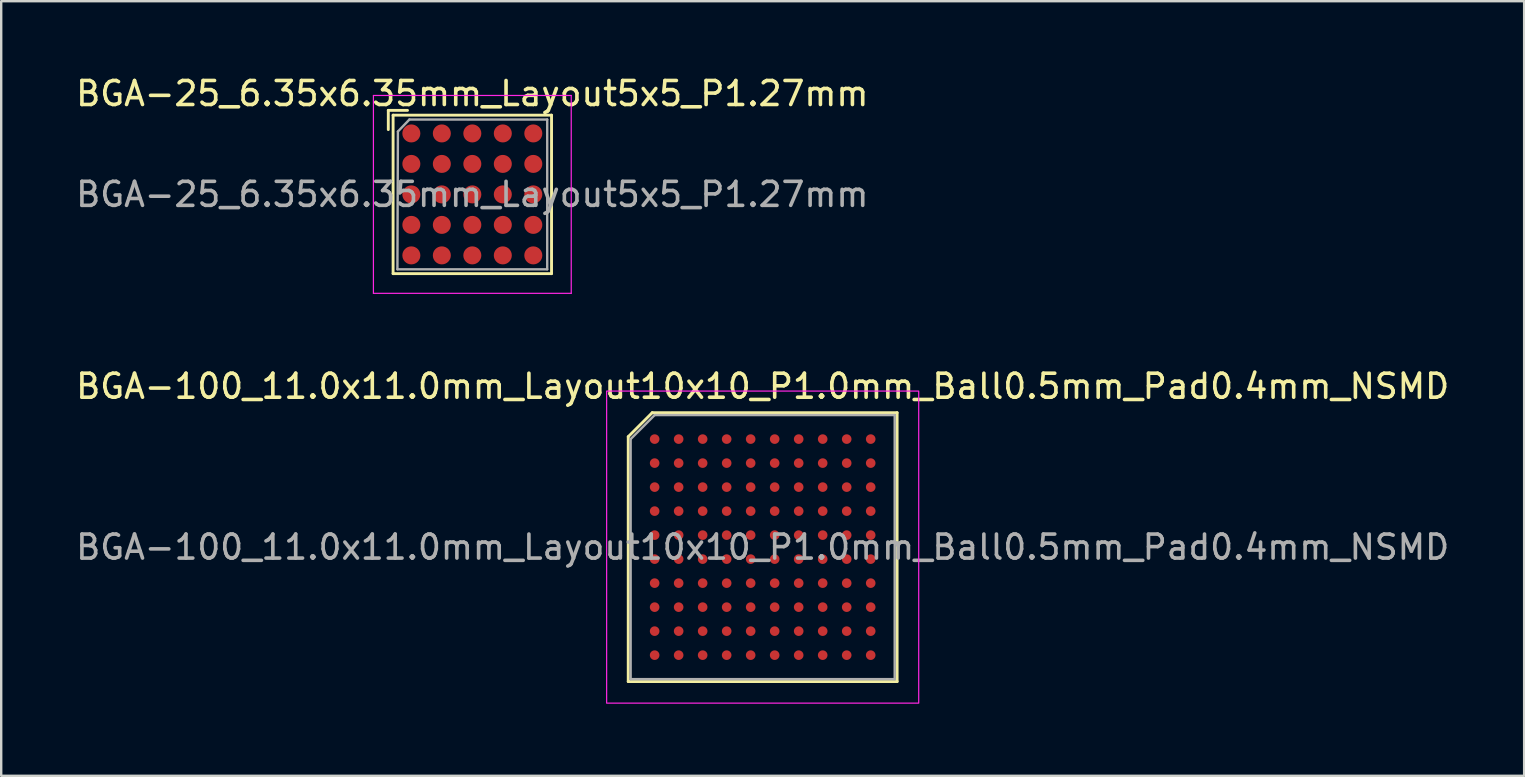
<source format=kicad_pcb>
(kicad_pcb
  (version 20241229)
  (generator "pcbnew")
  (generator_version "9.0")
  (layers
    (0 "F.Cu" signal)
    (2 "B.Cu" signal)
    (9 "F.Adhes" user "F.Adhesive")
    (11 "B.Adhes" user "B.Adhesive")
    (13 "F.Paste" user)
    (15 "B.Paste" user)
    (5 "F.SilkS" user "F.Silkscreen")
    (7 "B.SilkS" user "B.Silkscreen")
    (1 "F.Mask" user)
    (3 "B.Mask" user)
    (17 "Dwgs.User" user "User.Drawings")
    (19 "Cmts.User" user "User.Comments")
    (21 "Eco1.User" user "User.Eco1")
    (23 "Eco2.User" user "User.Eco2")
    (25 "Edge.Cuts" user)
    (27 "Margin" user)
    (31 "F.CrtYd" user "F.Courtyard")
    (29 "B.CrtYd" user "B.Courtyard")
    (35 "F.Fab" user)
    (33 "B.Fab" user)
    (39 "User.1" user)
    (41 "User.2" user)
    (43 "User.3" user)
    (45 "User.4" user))
  (footprint "BGA-25_6.35x6.35mm_Layout5x5_P1.27mm"
    (layer "F.Cu")
    (at 16.625 5.048)
    (property "Reference" "BGA-25_6.35x6.35mm_Layout5x5_P1.27mm" (at 0 -4.2 0) (layer "F.SilkS") (effects (font (size 1 1) (thickness 0.15))))
    (attr smd)
    (fp_line (start -3.5 -3.5) (end -3.5 -2.7) (stroke (width 0.12) (type solid)) (layer "F.SilkS"))
    (fp_line (start -3.3 -3.3) (end 3.3 -3.3) (stroke (width 0.12) (type solid)) (layer "F.SilkS"))
    (fp_line (start -3.3 3.3) (end -3.3 -3.3) (stroke (width 0.12) (type solid)) (layer "F.SilkS"))
    (fp_line (start -2.7 -3.5) (end -3.5 -3.5) (stroke (width 0.12) (type solid)) (layer "F.SilkS"))
    (fp_line (start 3.3 -3.3) (end 3.3 3.3) (stroke (width 0.12) (type solid)) (layer "F.SilkS"))
    (fp_line (start 3.3 3.3) (end -3.3 3.3) (stroke (width 0.12) (type solid)) (layer "F.SilkS"))
    (fp_line (start -4.12 -4.12) (end -4.12 4.12) (stroke (width 0.05) (type solid)) (layer "F.CrtYd"))
    (fp_line (start -4.12 -4.12) (end 4.12 -4.12) (stroke (width 0.05) (type solid)) (layer "F.CrtYd"))
    (fp_line (start 4.12 4.12) (end -4.12 4.12) (stroke (width 0.05) (type solid)) (layer "F.CrtYd"))
    (fp_line (start 4.12 4.12) (end 4.12 -4.12) (stroke (width 0.05) (type solid)) (layer "F.CrtYd"))
    (fp_line (start -3.12 3.12) (end -3.1 -2.62) (stroke (width 0.1) (type solid)) (layer "F.Fab"))
    (fp_line (start -3.1 -2.62) (end -2.62 -3.12) (stroke (width 0.1) (type solid)) (layer "F.Fab"))
    (fp_line (start -2.62 -3.12) (end 3.12 -3.12) (stroke (width 0.1) (type solid)) (layer "F.Fab"))
    (fp_line (start 3.12 -3.12) (end 3.12 3.12) (stroke (width 0.1) (type solid)) (layer "F.Fab"))
    (fp_line (start 3.12 3.12) (end -3.12 3.12) (stroke (width 0.1) (type solid)) (layer "F.Fab"))
    (fp_text user "${REFERENCE}" (at 0 0 0) (layer "F.Fab") (effects (font (size 1 1) (thickness 0.15))))
    (pad "A1" smd circle (at -2.54 -2.54) (size 0.75 0.75) (layers "F.Cu" "F.Mask" "F.Paste"))
    (pad "A2" smd circle (at -1.27 -2.54) (size 0.75 0.75) (layers "F.Cu" "F.Mask" "F.Paste"))
    (pad "A3" smd circle (at 0 -2.54) (size 0.75 0.75) (layers "F.Cu" "F.Mask" "F.Paste"))
    (pad "A4" smd circle (at 1.27 -2.54) (size 0.75 0.75) (layers "F.Cu" "F.Mask" "F.Paste"))
    (pad "A5" smd circle (at 2.54 -2.54) (size 0.75 0.75) (layers "F.Cu" "F.Mask" "F.Paste"))
    (pad "B1" smd circle (at -2.54 -1.27) (size 0.75 0.75) (layers "F.Cu" "F.Mask" "F.Paste"))
    (pad "B2" smd circle (at -1.27 -1.27) (size 0.75 0.75) (layers "F.Cu" "F.Mask" "F.Paste"))
    (pad "B3" smd circle (at 0 -1.27) (size 0.75 0.75) (layers "F.Cu" "F.Mask" "F.Paste"))
    (pad "B4" smd circle (at 1.27 -1.27) (size 0.75 0.75) (layers "F.Cu" "F.Mask" "F.Paste"))
    (pad "B5" smd circle (at 2.54 -1.27) (size 0.75 0.75) (layers "F.Cu" "F.Mask" "F.Paste"))
    (pad "C1" smd circle (at -2.54 0) (size 0.75 0.75) (layers "F.Cu" "F.Mask" "F.Paste"))
    (pad "C2" smd circle (at -1.27 0) (size 0.75 0.75) (layers "F.Cu" "F.Mask" "F.Paste"))
    (pad "C3" smd circle (at 0 0) (size 0.75 0.75) (layers "F.Cu" "F.Mask" "F.Paste"))
    (pad "C4" smd circle (at 1.27 0) (size 0.75 0.75) (layers "F.Cu" "F.Mask" "F.Paste"))
    (pad "C5" smd circle (at 2.54 0) (size 0.75 0.75) (layers "F.Cu" "F.Mask" "F.Paste"))
    (pad "D1" smd circle (at -2.54 1.27) (size 0.75 0.75) (layers "F.Cu" "F.Mask" "F.Paste"))
    (pad "D2" smd circle (at -1.27 1.27) (size 0.75 0.75) (layers "F.Cu" "F.Mask" "F.Paste"))
    (pad "D3" smd circle (at 0 1.27) (size 0.75 0.75) (layers "F.Cu" "F.Mask" "F.Paste"))
    (pad "D4" smd circle (at 1.27 1.27) (size 0.75 0.75) (layers "F.Cu" "F.Mask" "F.Paste"))
    (pad "D5" smd circle (at 2.54 1.27) (size 0.75 0.75) (layers "F.Cu" "F.Mask" "F.Paste"))
    (pad "E1" smd circle (at -2.54 2.54) (size 0.75 0.75) (layers "F.Cu" "F.Mask" "F.Paste"))
    (pad "E2" smd circle (at -1.27 2.54) (size 0.75 0.75) (layers "F.Cu" "F.Mask" "F.Paste"))
    (pad "E3" smd circle (at 0 2.54) (size 0.75 0.75) (layers "F.Cu" "F.Mask" "F.Paste"))
    (pad "E4" smd circle (at 1.27 2.54) (size 0.75 0.75) (layers "F.Cu" "F.Mask" "F.Paste"))
    (pad "E5" smd circle (at 2.54 2.54) (size 0.75 0.75) (layers "F.Cu" "F.Mask" "F.Paste")))
  (footprint "BGA-100_11.0x11.0mm_Layout10x10_P1.0mm_Ball0.5mm_Pad0.4mm_NSMD"
    (layer "F.Cu")
    (at 28.72 19.741)
    (property "Reference" "BGA-100_11.0x11.0mm_Layout10x10_P1.0mm_Ball0.5mm_Pad0.4mm_NSMD" (at 0 -6.7 0) (layer "F.SilkS") (effects (font (size 1 1) (thickness 0.15))))
    (attr smd)
    (fp_line (start -5.6 -4.6) (end -5.6 5.6) (stroke (width 0.12) (type solid)) (layer "F.SilkS"))
    (fp_line (start -5.6 5.6) (end 5.6 5.6) (stroke (width 0.12) (type solid)) (layer "F.SilkS"))
    (fp_line (start -4.6 -5.6) (end -5.6 -4.6) (stroke (width 0.12) (type solid)) (layer "F.SilkS"))
    (fp_line (start 5.6 -5.6) (end -4.6 -5.6) (stroke (width 0.12) (type solid)) (layer "F.SilkS"))
    (fp_line (start 5.6 5.6) (end 5.6 -5.6) (stroke (width 0.12) (type solid)) (layer "F.SilkS"))
    (fp_rect (start 6.5 6.5) (end -6.5 -6.5) (stroke (width 0.05) (type solid)) (fill no) (layer "F.CrtYd"))
    (fp_line (start -5.5 -4.5) (end -5.5 5.5) (stroke (width 0.1) (type solid)) (layer "F.Fab"))
    (fp_line (start -5.5 5.5) (end 5.5 5.5) (stroke (width 0.1) (type solid)) (layer "F.Fab"))
    (fp_line (start -4.5 -5.5) (end -5.5 -4.5) (stroke (width 0.1) (type solid)) (layer "F.Fab"))
    (fp_line (start 5.5 -5.5) (end -4.5 -5.5) (stroke (width 0.1) (type solid)) (layer "F.Fab"))
    (fp_line (start 5.5 5.5) (end 5.5 -5.5) (stroke (width 0.1) (type solid)) (layer "F.Fab"))
    (fp_text user "${REFERENCE}" (at 0 0 0) (layer "F.Fab") (effects (font (size 1 1) (thickness 0.15))))
    (pad "A1" smd circle (at -4.5 -4.5) (size 0.4 0.4) (layers "F.Cu" "F.Mask" "F.Paste"))
    (pad "A2" smd circle (at -3.5 -4.5) (size 0.4 0.4) (layers "F.Cu" "F.Mask" "F.Paste"))
    (pad "A3" smd circle (at -2.5 -4.5) (size 0.4 0.4) (layers "F.Cu" "F.Mask" "F.Paste"))
    (pad "A4" smd circle (at -1.5 -4.5) (size 0.4 0.4) (layers "F.Cu" "F.Mask" "F.Paste"))
    (pad "A5" smd circle (at -0.5 -4.5) (size 0.4 0.4) (layers "F.Cu" "F.Mask" "F.Paste"))
    (pad "A6" smd circle (at 0.5 -4.5) (size 0.4 0.4) (layers "F.Cu" "F.Mask" "F.Paste"))
    (pad "A7" smd circle (at 1.5 -4.5) (size 0.4 0.4) (layers "F.Cu" "F.Mask" "F.Paste"))
    (pad "A8" smd circle (at 2.5 -4.5) (size 0.4 0.4) (layers "F.Cu" "F.Mask" "F.Paste"))
    (pad "A9" smd circle (at 3.5 -4.5) (size 0.4 0.4) (layers "F.Cu" "F.Mask" "F.Paste"))
    (pad "A10" smd circle (at 4.5 -4.5) (size 0.4 0.4) (layers "F.Cu" "F.Mask" "F.Paste"))
    (pad "B1" smd circle (at -4.5 -3.5) (size 0.4 0.4) (layers "F.Cu" "F.Mask" "F.Paste"))
    (pad "B2" smd circle (at -3.5 -3.5) (size 0.4 0.4) (layers "F.Cu" "F.Mask" "F.Paste"))
    (pad "B3" smd circle (at -2.5 -3.5) (size 0.4 0.4) (layers "F.Cu" "F.Mask" "F.Paste"))
    (pad "B4" smd circle (at -1.5 -3.5) (size 0.4 0.4) (layers "F.Cu" "F.Mask" "F.Paste"))
    (pad "B5" smd circle (at -0.5 -3.5) (size 0.4 0.4) (layers "F.Cu" "F.Mask" "F.Paste"))
    (pad "B6" smd circle (at 0.5 -3.5) (size 0.4 0.4) (layers "F.Cu" "F.Mask" "F.Paste"))
    (pad "B7" smd circle (at 1.5 -3.5) (size 0.4 0.4) (layers "F.Cu" "F.Mask" "F.Paste"))
    (pad "B8" smd circle (at 2.5 -3.5) (size 0.4 0.4) (layers "F.Cu" "F.Mask" "F.Paste"))
    (pad "B9" smd circle (at 3.5 -3.5) (size 0.4 0.4) (layers "F.Cu" "F.Mask" "F.Paste"))
    (pad "B10" smd circle (at 4.5 -3.5) (size 0.4 0.4) (layers "F.Cu" "F.Mask" "F.Paste"))
    (pad "C1" smd circle (at -4.5 -2.5) (size 0.4 0.4) (layers "F.Cu" "F.Mask" "F.Paste"))
    (pad "C2" smd circle (at -3.5 -2.5) (size 0.4 0.4) (layers "F.Cu" "F.Mask" "F.Paste"))
    (pad "C3" smd circle (at -2.5 -2.5) (size 0.4 0.4) (layers "F.Cu" "F.Mask" "F.Paste"))
    (pad "C4" smd circle (at -1.5 -2.5) (size 0.4 0.4) (layers "F.Cu" "F.Mask" "F.Paste"))
    (pad "C5" smd circle (at -0.5 -2.5) (size 0.4 0.4) (layers "F.Cu" "F.Mask" "F.Paste"))
    (pad "C6" smd circle (at 0.5 -2.5) (size 0.4 0.4) (layers "F.Cu" "F.Mask" "F.Paste"))
    (pad "C7" smd circle (at 1.5 -2.5) (size 0.4 0.4) (layers "F.Cu" "F.Mask" "F.Paste"))
    (pad "C8" smd circle (at 2.5 -2.5) (size 0.4 0.4) (layers "F.Cu" "F.Mask" "F.Paste"))
    (pad "C9" smd circle (at 3.5 -2.5) (size 0.4 0.4) (layers "F.Cu" "F.Mask" "F.Paste"))
    (pad "C10" smd circle (at 4.5 -2.5) (size 0.4 0.4) (layers "F.Cu" "F.Mask" "F.Paste"))
    (pad "D1" smd circle (at -4.5 -1.5) (size 0.4 0.4) (layers "F.Cu" "F.Mask" "F.Paste"))
    (pad "D2" smd circle (at -3.5 -1.5) (size 0.4 0.4) (layers "F.Cu" "F.Mask" "F.Paste"))
    (pad "D3" smd circle (at -2.5 -1.5) (size 0.4 0.4) (layers "F.Cu" "F.Mask" "F.Paste"))
    (pad "D4" smd circle (at -1.5 -1.5) (size 0.4 0.4) (layers "F.Cu" "F.Mask" "F.Paste"))
    (pad "D5" smd circle (at -0.5 -1.5) (size 0.4 0.4) (layers "F.Cu" "F.Mask" "F.Paste"))
    (pad "D6" smd circle (at 0.5 -1.5) (size 0.4 0.4) (layers "F.Cu" "F.Mask" "F.Paste"))
    (pad "D7" smd circle (at 1.5 -1.5) (size 0.4 0.4) (layers "F.Cu" "F.Mask" "F.Paste"))
    (pad "D8" smd circle (at 2.5 -1.5) (size 0.4 0.4) (layers "F.Cu" "F.Mask" "F.Paste"))
    (pad "D9" smd circle (at 3.5 -1.5) (size 0.4 0.4) (layers "F.Cu" "F.Mask" "F.Paste"))
    (pad "D10" smd circle (at 4.5 -1.5) (size 0.4 0.4) (layers "F.Cu" "F.Mask" "F.Paste"))
    (pad "E1" smd circle (at -4.5 -0.5) (size 0.4 0.4) (layers "F.Cu" "F.Mask" "F.Paste"))
    (pad "E2" smd circle (at -3.5 -0.5) (size 0.4 0.4) (layers "F.Cu" "F.Mask" "F.Paste"))
    (pad "E3" smd circle (at -2.5 -0.5) (size 0.4 0.4) (layers "F.Cu" "F.Mask" "F.Paste"))
    (pad "E4" smd circle (at -1.5 -0.5) (size 0.4 0.4) (layers "F.Cu" "F.Mask" "F.Paste"))
    (pad "E5" smd circle (at -0.5 -0.5) (size 0.4 0.4) (layers "F.Cu" "F.Mask" "F.Paste"))
    (pad "E6" smd circle (at 0.5 -0.5) (size 0.4 0.4) (layers "F.Cu" "F.Mask" "F.Paste"))
    (pad "E7" smd circle (at 1.5 -0.5) (size 0.4 0.4) (layers "F.Cu" "F.Mask" "F.Paste"))
    (pad "E8" smd circle (at 2.5 -0.5) (size 0.4 0.4) (layers "F.Cu" "F.Mask" "F.Paste"))
    (pad "E9" smd circle (at 3.5 -0.5) (size 0.4 0.4) (layers "F.Cu" "F.Mask" "F.Paste"))
    (pad "E10" smd circle (at 4.5 -0.5) (size 0.4 0.4) (layers "F.Cu" "F.Mask" "F.Paste"))
    (pad "F1" smd circle (at -4.5 0.5) (size 0.4 0.4) (layers "F.Cu" "F.Mask" "F.Paste"))
    (pad "F2" smd circle (at -3.5 0.5) (size 0.4 0.4) (layers "F.Cu" "F.Mask" "F.Paste"))
    (pad "F3" smd circle (at -2.5 0.5) (size 0.4 0.4) (layers "F.Cu" "F.Mask" "F.Paste"))
    (pad "F4" smd circle (at -1.5 0.5) (size 0.4 0.4) (layers "F.Cu" "F.Mask" "F.Paste"))
    (pad "F5" smd circle (at -0.5 0.5) (size 0.4 0.4) (layers "F.Cu" "F.Mask" "F.Paste"))
    (pad "F6" smd circle (at 0.5 0.5) (size 0.4 0.4) (layers "F.Cu" "F.Mask" "F.Paste"))
    (pad "F7" smd circle (at 1.5 0.5) (size 0.4 0.4) (layers "F.Cu" "F.Mask" "F.Paste"))
    (pad "F8" smd circle (at 2.5 0.5) (size 0.4 0.4) (layers "F.Cu" "F.Mask" "F.Paste"))
    (pad "F9" smd circle (at 3.5 0.5) (size 0.4 0.4) (layers "F.Cu" "F.Mask" "F.Paste"))
    (pad "F10" smd circle (at 4.5 0.5) (size 0.4 0.4) (layers "F.Cu" "F.Mask" "F.Paste"))
    (pad "G1" smd circle (at -4.5 1.5) (size 0.4 0.4) (layers "F.Cu" "F.Mask" "F.Paste"))
    (pad "G2" smd circle (at -3.5 1.5) (size 0.4 0.4) (layers "F.Cu" "F.Mask" "F.Paste"))
    (pad "G3" smd circle (at -2.5 1.5) (size 0.4 0.4) (layers "F.Cu" "F.Mask" "F.Paste"))
    (pad "G4" smd circle (at -1.5 1.5) (size 0.4 0.4) (layers "F.Cu" "F.Mask" "F.Paste"))
    (pad "G5" smd circle (at -0.5 1.5) (size 0.4 0.4) (layers "F.Cu" "F.Mask" "F.Paste"))
    (pad "G6" smd circle (at 0.5 1.5) (size 0.4 0.4) (layers "F.Cu" "F.Mask" "F.Paste"))
    (pad "G7" smd circle (at 1.5 1.5) (size 0.4 0.4) (layers "F.Cu" "F.Mask" "F.Paste"))
    (pad "G8" smd circle (at 2.5 1.5) (size 0.4 0.4) (layers "F.Cu" "F.Mask" "F.Paste"))
    (pad "G9" smd circle (at 3.5 1.5) (size 0.4 0.4) (layers "F.Cu" "F.Mask" "F.Paste"))
    (pad "G10" smd circle (at 4.5 1.5) (size 0.4 0.4) (layers "F.Cu" "F.Mask" "F.Paste"))
    (pad "H1" smd circle (at -4.5 2.5) (size 0.4 0.4) (layers "F.Cu" "F.Mask" "F.Paste"))
    (pad "H2" smd circle (at -3.5 2.5) (size 0.4 0.4) (layers "F.Cu" "F.Mask" "F.Paste"))
    (pad "H3" smd circle (at -2.5 2.5) (size 0.4 0.4) (layers "F.Cu" "F.Mask" "F.Paste"))
    (pad "H4" smd circle (at -1.5 2.5) (size 0.4 0.4) (layers "F.Cu" "F.Mask" "F.Paste"))
    (pad "H5" smd circle (at -0.5 2.5) (size 0.4 0.4) (layers "F.Cu" "F.Mask" "F.Paste"))
    (pad "H6" smd circle (at 0.5 2.5) (size 0.4 0.4) (layers "F.Cu" "F.Mask" "F.Paste"))
    (pad "H7" smd circle (at 1.5 2.5) (size 0.4 0.4) (layers "F.Cu" "F.Mask" "F.Paste"))
    (pad "H8" smd circle (at 2.5 2.5) (size 0.4 0.4) (layers "F.Cu" "F.Mask" "F.Paste"))
    (pad "H9" smd circle (at 3.5 2.5) (size 0.4 0.4) (layers "F.Cu" "F.Mask" "F.Paste"))
    (pad "H10" smd circle (at 4.5 2.5) (size 0.4 0.4) (layers "F.Cu" "F.Mask" "F.Paste"))
    (pad "J1" smd circle (at -4.5 3.5) (size 0.4 0.4) (layers "F.Cu" "F.Mask" "F.Paste"))
    (pad "J2" smd circle (at -3.5 3.5) (size 0.4 0.4) (layers "F.Cu" "F.Mask" "F.Paste"))
    (pad "J3" smd circle (at -2.5 3.5) (size 0.4 0.4) (layers "F.Cu" "F.Mask" "F.Paste"))
    (pad "J4" smd circle (at -1.5 3.5) (size 0.4 0.4) (layers "F.Cu" "F.Mask" "F.Paste"))
    (pad "J5" smd circle (at -0.5 3.5) (size 0.4 0.4) (layers "F.Cu" "F.Mask" "F.Paste"))
    (pad "J6" smd circle (at 0.5 3.5) (size 0.4 0.4) (layers "F.Cu" "F.Mask" "F.Paste"))
    (pad "J7" smd circle (at 1.5 3.5) (size 0.4 0.4) (layers "F.Cu" "F.Mask" "F.Paste"))
    (pad "J8" smd circle (at 2.5 3.5) (size 0.4 0.4) (layers "F.Cu" "F.Mask" "F.Paste"))
    (pad "J9" smd circle (at 3.5 3.5) (size 0.4 0.4) (layers "F.Cu" "F.Mask" "F.Paste"))
    (pad "J10" smd circle (at 4.5 3.5) (size 0.4 0.4) (layers "F.Cu" "F.Mask" "F.Paste"))
    (pad "K1" smd circle (at -4.5 4.5) (size 0.4 0.4) (layers "F.Cu" "F.Mask" "F.Paste"))
    (pad "K2" smd circle (at -3.5 4.5) (size 0.4 0.4) (layers "F.Cu" "F.Mask" "F.Paste"))
    (pad "K3" smd circle (at -2.5 4.5) (size 0.4 0.4) (layers "F.Cu" "F.Mask" "F.Paste"))
    (pad "K4" smd circle (at -1.5 4.5) (size 0.4 0.4) (layers "F.Cu" "F.Mask" "F.Paste"))
    (pad "K5" smd circle (at -0.5 4.5) (size 0.4 0.4) (layers "F.Cu" "F.Mask" "F.Paste"))
    (pad "K6" smd circle (at 0.5 4.5) (size 0.4 0.4) (layers "F.Cu" "F.Mask" "F.Paste"))
    (pad "K7" smd circle (at 1.5 4.5) (size 0.4 0.4) (layers "F.Cu" "F.Mask" "F.Paste"))
    (pad "K8" smd circle (at 2.5 4.5) (size 0.4 0.4) (layers "F.Cu" "F.Mask" "F.Paste"))
    (pad "K9" smd circle (at 3.5 4.5) (size 0.4 0.4) (layers "F.Cu" "F.Mask" "F.Paste"))
    (pad "K10" smd circle (at 4.5 4.5) (size 0.4 0.4) (layers "F.Cu" "F.Mask" "F.Paste")))
  (gr_rect
    (start -3 -3)
    (end 60.44 29.267)
    (stroke (width 0.1) (type default))
    (fill no)
    (layer "Edge.Cuts")))
</source>
